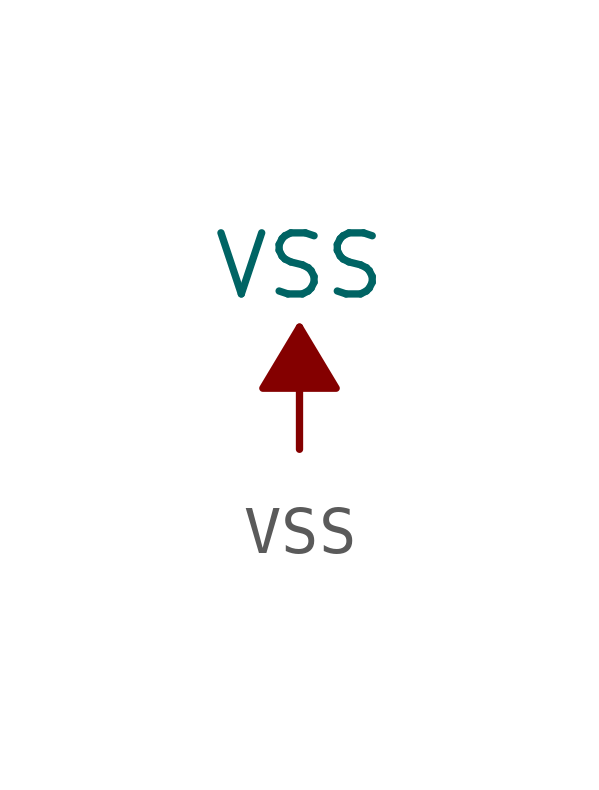
<source format=kicad_sym>
(kicad_symbol_lib
  (version 20211014)
  (generator kicad_symbol_editor)
  (symbol "power1:VSS"
    (power)
    (pin_names
      (offset 0))
    (property "Reference" "#PWR"
      (at 0 -3.81 0)
      (effects (font (size 1.27 1.27)) hide))
    (property "Value" "VSS"
      (at 0 3.81 0)
      (effects (font (size 1.27 1.27))))
    (symbol "VSS_0_1"
      (polyline (pts (xy 0 0) (xy 0 2.54)) (stroke (width 0) (type default) (color 0 0 0 0)) (fill (type none)))
      (polyline (pts (xy 0.762 1.27) (xy -0.762 1.27) (xy 0 2.54) (xy 0.762 1.27)) (stroke (width 0) (type default) (color 0 0 0 0)) (fill (type outline))))
    (symbol "VSS_1_1"
      (pin power_in line (at 0 0 90) (length 0) hide (name "VSS" (effects (font (size 1.27 1.27)))) (number "1" (effects (font (size 1.27 1.27))))))))
</source>
